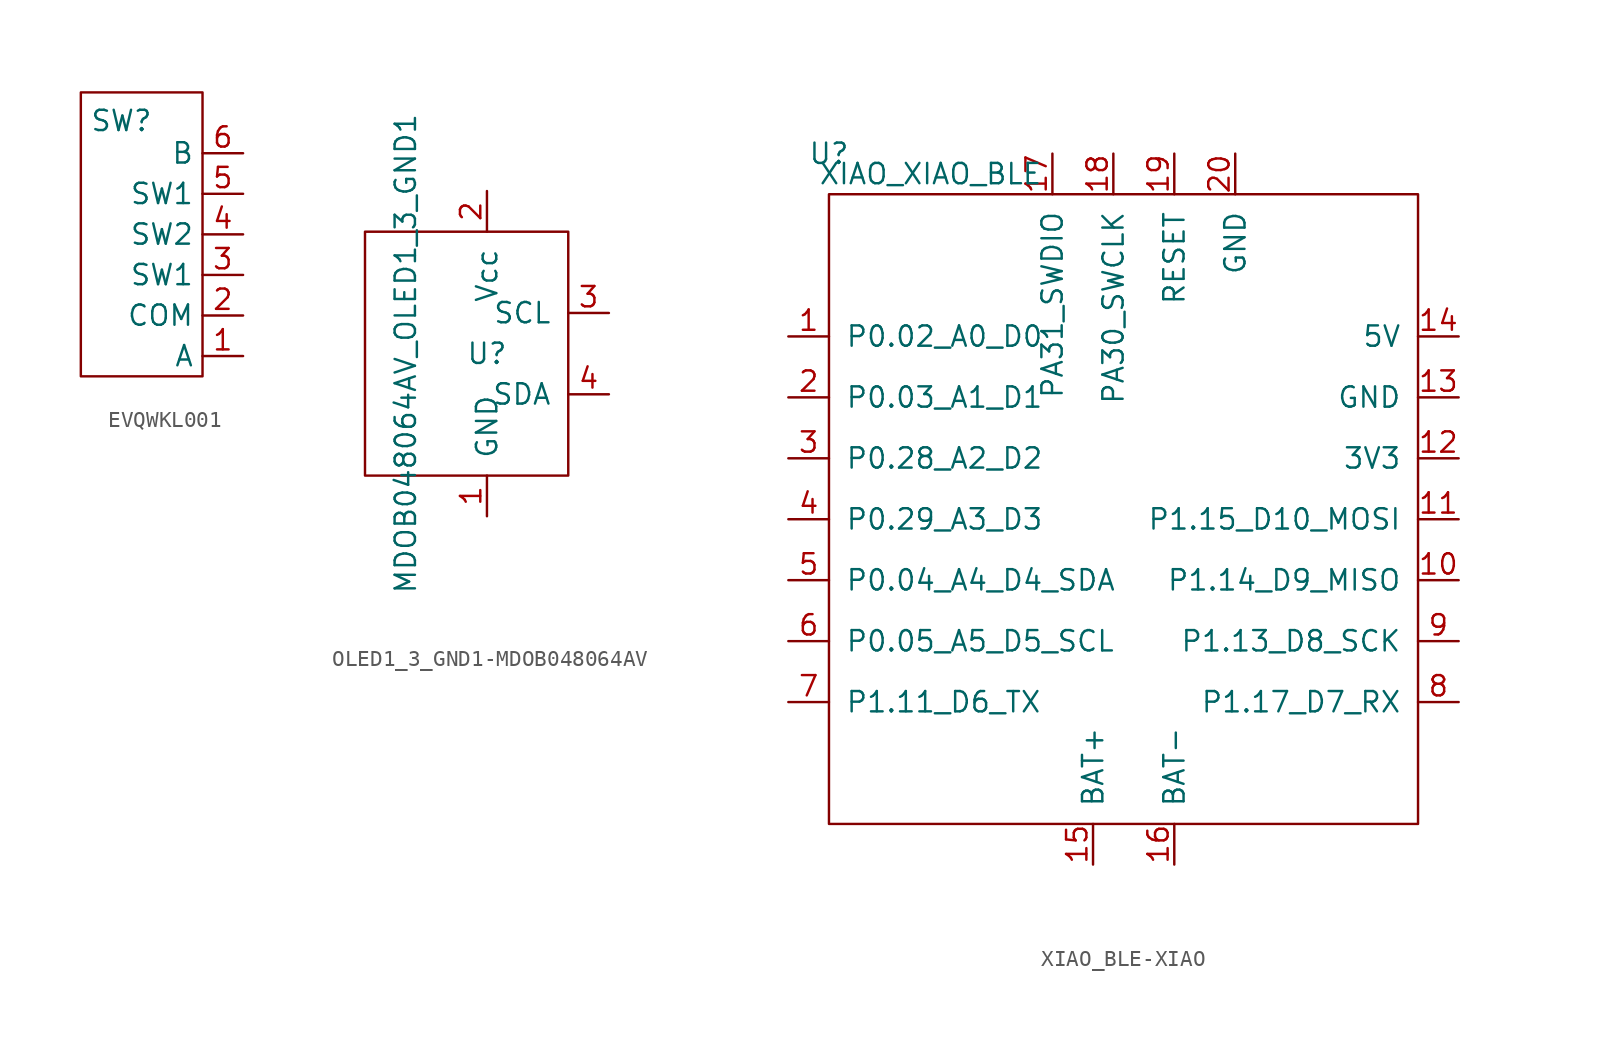
<source format=kicad_sym>
(kicad_symbol_lib
  (version 20241209)
  (generator "kicad_symbol_editor")
  (generator_version "9.0")
  (symbol "EVQWKL001"
    (property "Reference" "SW"
      (at 0 8.382 0)
      (effects (font (size 1.27 1.27))))
    (property "Value" ""
      (at 0 0 0)
      (effects (font (size 1.27 1.27))))
    (symbol "EVQWKL001_0_1"
      (rectangle (start -2.54 10.16) (end 5.08 -7.62) (stroke (width 0) (type default)) (fill (type none))))
    (symbol "EVQWKL001_1_1"
      (pin input line (at 7.62 6.35 180) (length 2.54) (name "B" (effects (font (size 1.27 1.27)))) (number "6" (effects (font (size 1.27 1.27)))))
      (pin input line (at 7.62 3.81 180) (length 2.54) (name "SW1" (effects (font (size 1.27 1.27)))) (number "5" (effects (font (size 1.27 1.27)))))
      (pin input line (at 7.62 1.27 180) (length 2.54) (name "SW2" (effects (font (size 1.27 1.27)))) (number "4" (effects (font (size 1.27 1.27)))))
      (pin input line (at 7.62 -1.27 180) (length 2.54) (name "SW1" (effects (font (size 1.27 1.27)))) (number "3" (effects (font (size 1.27 1.27)))))
      (pin input line (at 7.62 -3.81 180) (length 2.54) (name "COM" (effects (font (size 1.27 1.27)))) (number "2" (effects (font (size 1.27 1.27)))))
      (pin input line (at 7.62 -6.35 180) (length 2.54) (name "A" (effects (font (size 1.27 1.27)))) (number "1" (effects (font (size 1.27 1.27)))))))
  (symbol "OLED1_3_GND1-MDOB048064AV"
    (pin_names
      (offset 1.016))
    (property "Reference" "U"
      (at 0 0 0)
      (effects (font (size 1.27 1.27))))
    (property "Value" "MDOB048064AV_OLED1_3_GND1"
      (at -5.08 0 90)
      (effects (font (size 1.27 1.27))))
    (symbol "OLED1_3_GND1-MDOB048064AV_0_0"
      (pin power_in line (at 0 10.16 270) (length 2.54) (name "Vcc" (effects (font (size 1.27 1.27)))) (number "2" (effects (font (size 1.27 1.27)))))
      (pin power_in line (at 0 -10.16 90) (length 2.54) (name "GND" (effects (font (size 1.27 1.27)))) (number "1" (effects (font (size 1.27 1.27)))))
      (pin bidirectional line (at 7.62 2.54 180) (length 2.54) (name "SCL" (effects (font (size 1.27 1.27)))) (number "3" (effects (font (size 1.27 1.27)))))
      (pin bidirectional line (at 7.62 -2.54 180) (length 2.54) (name "SDA" (effects (font (size 1.27 1.27)))) (number "4" (effects (font (size 1.27 1.27))))))
    (symbol "OLED1_3_GND1-MDOB048064AV_0_1"
      (rectangle (start -7.62 7.62) (end 5.08 -7.62) (stroke (width 0) (type solid)) (fill (type none)))))
  (symbol "XIAO_BLE-XIAO"
    (pin_names
      (offset 1.016))
    (property "Reference" "U"
      (at -19.05 22.86 0)
      (effects (font (size 1.27 1.27))))
    (property "Value" "XIAO_XIAO_BLE"
      (at -12.7 21.59 0)
      (effects (font (size 1.27 1.27))))
    (symbol "XIAO_BLE-XIAO_0_1"
      (rectangle (start -19.05 20.32) (end 17.78 -19.05) (stroke (width 0) (type solid)) (fill (type none))))
    (symbol "XIAO_BLE-XIAO_1_1"
      (pin bidirectional line (at -21.59 11.43 0) (length 2.54) (name "P0.02_A0_D0" (effects (font (size 1.27 1.27)))) (number "1" (effects (font (size 1.27 1.27)))))
      (pin bidirectional line (at -21.59 7.62 0) (length 2.54) (name "P0.03_A1_D1" (effects (font (size 1.27 1.27)))) (number "2" (effects (font (size 1.27 1.27)))))
      (pin bidirectional line (at -21.59 3.81 0) (length 2.54) (name "P0.28_A2_D2" (effects (font (size 1.27 1.27)))) (number "3" (effects (font (size 1.27 1.27)))))
      (pin bidirectional line (at -21.59 0 0) (length 2.54) (name "P0.29_A3_D3" (effects (font (size 1.27 1.27)))) (number "4" (effects (font (size 1.27 1.27)))))
      (pin bidirectional line (at -21.59 -3.81 0) (length 2.54) (name "P0.04_A4_D4_SDA" (effects (font (size 1.27 1.27)))) (number "5" (effects (font (size 1.27 1.27)))))
      (pin bidirectional line (at -21.59 -7.62 0) (length 2.54) (name "P0.05_A5_D5_SCL" (effects (font (size 1.27 1.27)))) (number "6" (effects (font (size 1.27 1.27)))))
      (pin bidirectional line (at -21.59 -11.43 0) (length 2.54) (name "P1.11_D6_TX" (effects (font (size 1.27 1.27)))) (number "7" (effects (font (size 1.27 1.27)))))
      (pin input line (at -5.08 22.86 270) (length 2.54) (name "PA31_SWDIO" (effects (font (size 1.27 1.27)))) (number "17" (effects (font (size 1.27 1.27)))))
      (pin power_in line (at -2.54 -21.59 90) (length 2.54) (name "BAT+" (effects (font (size 1.27 1.27)))) (number "15" (effects (font (size 1.27 1.27)))))
      (pin input line (at -1.27 22.86 270) (length 2.54) (name "PA30_SWCLK" (effects (font (size 1.27 1.27)))) (number "18" (effects (font (size 1.27 1.27)))))
      (pin input line (at 2.54 22.86 270) (length 2.54) (name "RESET" (effects (font (size 1.27 1.27)))) (number "19" (effects (font (size 1.27 1.27)))))
      (pin power_in line (at 2.54 -21.59 90) (length 2.54) (name "BAT-" (effects (font (size 1.27 1.27)))) (number "16" (effects (font (size 1.27 1.27)))))
      (pin power_out line (at 6.35 22.86 270) (length 2.54) (name "GND" (effects (font (size 1.27 1.27)))) (number "20" (effects (font (size 1.27 1.27)))))
      (pin power_out line (at 20.32 11.43 180) (length 2.54) (name "5V" (effects (font (size 1.27 1.27)))) (number "14" (effects (font (size 1.27 1.27)))))
      (pin power_out line (at 20.32 7.62 180) (length 2.54) (name "GND" (effects (font (size 1.27 1.27)))) (number "13" (effects (font (size 1.27 1.27)))))
      (pin power_out line (at 20.32 3.81 180) (length 2.54) (name "3V3" (effects (font (size 1.27 1.27)))) (number "12" (effects (font (size 1.27 1.27)))))
      (pin bidirectional line (at 20.32 0 180) (length 2.54) (name "P1.15_D10_MOSI" (effects (font (size 1.27 1.27)))) (number "11" (effects (font (size 1.27 1.27)))))
      (pin bidirectional line (at 20.32 -3.81 180) (length 2.54) (name "P1.14_D9_MISO" (effects (font (size 1.27 1.27)))) (number "10" (effects (font (size 1.27 1.27)))))
      (pin bidirectional line (at 20.32 -7.62 180) (length 2.54) (name "P1.13_D8_SCK" (effects (font (size 1.27 1.27)))) (number "9" (effects (font (size 1.27 1.27)))))
      (pin bidirectional line (at 20.32 -11.43 180) (length 2.54) (name "P1.17_D7_RX" (effects (font (size 1.27 1.27)))) (number "8" (effects (font (size 1.27 1.27))))))))
</source>
